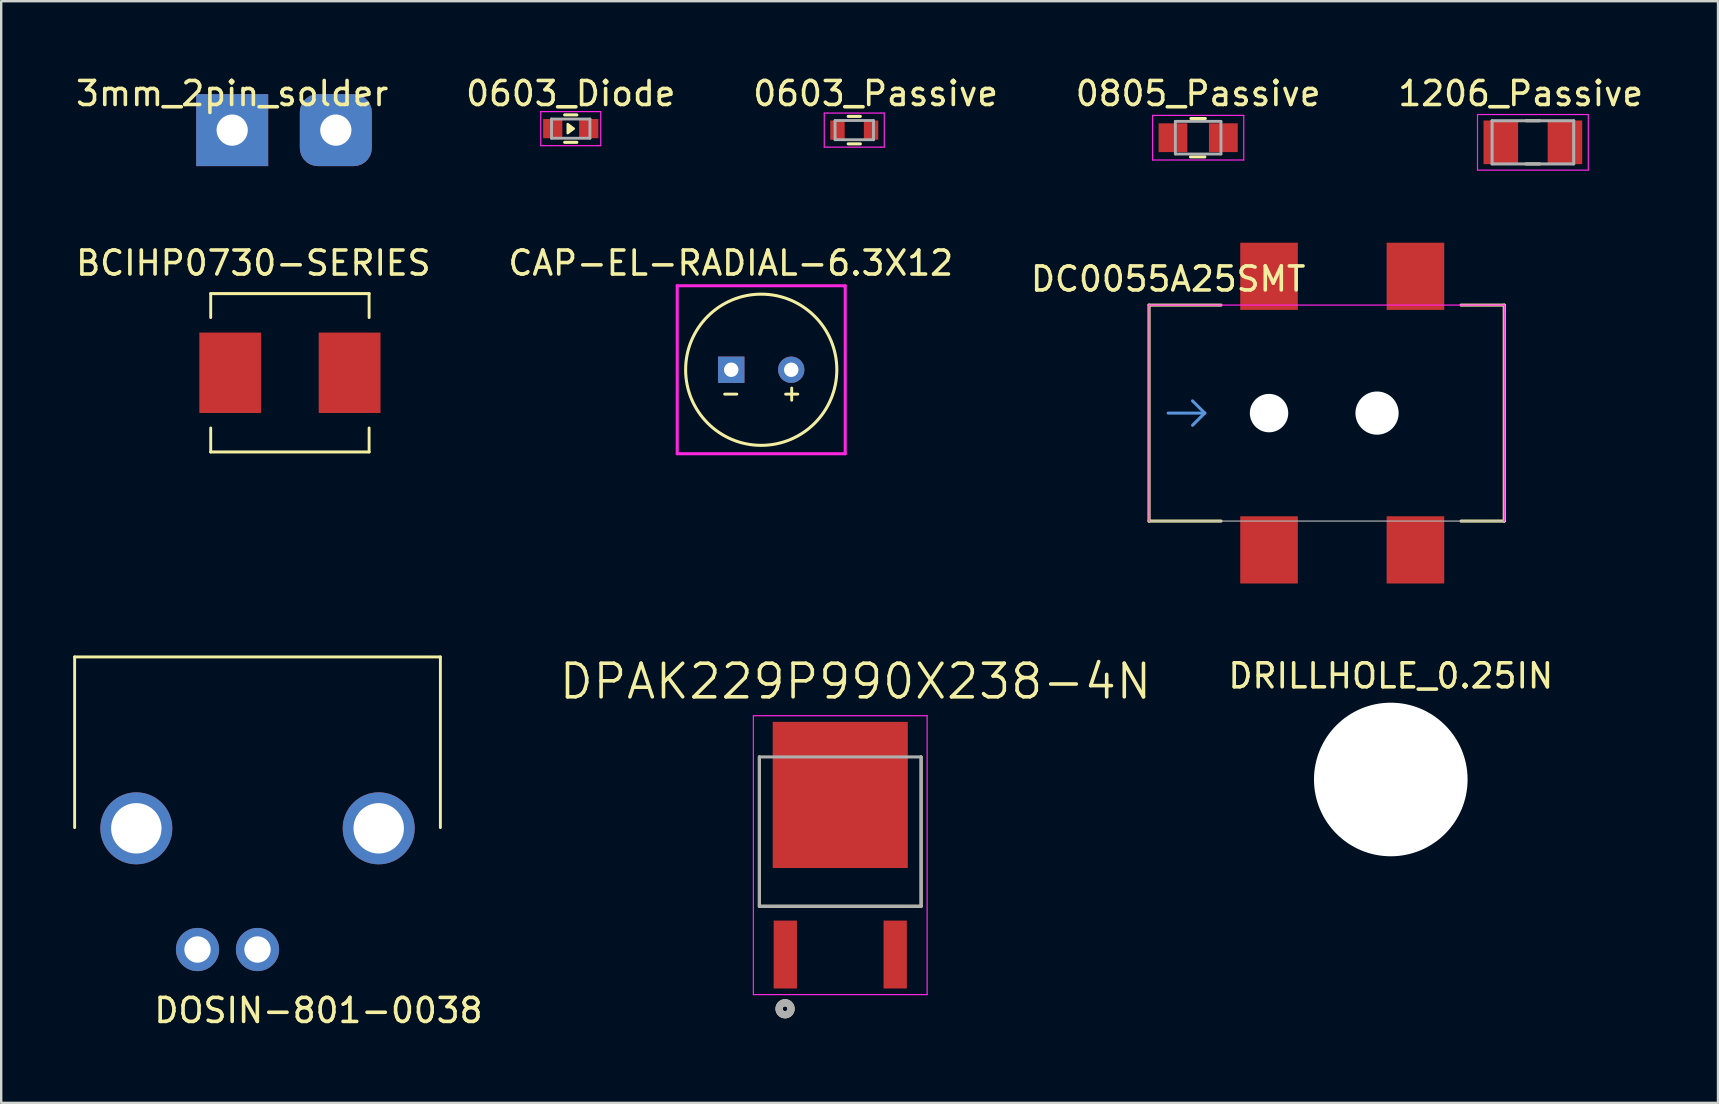
<source format=kicad_pcb>
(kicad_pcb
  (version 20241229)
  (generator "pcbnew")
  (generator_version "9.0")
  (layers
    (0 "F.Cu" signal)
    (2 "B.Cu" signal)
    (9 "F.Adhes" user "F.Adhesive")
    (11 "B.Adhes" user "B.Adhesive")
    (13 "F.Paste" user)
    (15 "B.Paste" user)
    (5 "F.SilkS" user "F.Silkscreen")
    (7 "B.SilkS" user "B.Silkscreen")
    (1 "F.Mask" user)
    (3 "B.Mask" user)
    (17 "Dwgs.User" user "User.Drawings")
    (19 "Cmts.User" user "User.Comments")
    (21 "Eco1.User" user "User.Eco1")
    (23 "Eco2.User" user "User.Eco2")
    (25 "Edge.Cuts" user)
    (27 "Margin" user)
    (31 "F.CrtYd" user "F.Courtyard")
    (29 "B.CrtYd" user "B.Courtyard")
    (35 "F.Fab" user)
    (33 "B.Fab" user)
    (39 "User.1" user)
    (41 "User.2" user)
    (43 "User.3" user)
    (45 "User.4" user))
  (footprint "DOSIN-801-0038"
    (layer "F.Cu")
    (at 7.68 36.515)
    (property "Reference" "DOSIN-801-0038" (at 2.54 2.54 180) (layer "F.SilkS") (effects (font (size 1 1) (thickness 0.15))))
    (attr through_hole)
    (fp_line (start -7.62 -12.192) (end -7.62 -5.08) (stroke (width 0.12) (type solid)) (layer "F.SilkS"))
    (fp_line (start 7.62 -12.192) (end -7.62 -12.192) (stroke (width 0.12) (type solid)) (layer "F.SilkS"))
    (fp_line (start 7.62 -5.08) (end 7.62 -12.192) (stroke (width 0.12) (type solid)) (layer "F.SilkS"))
    (pad "+" thru_hole circle (at 0 0) (size 1.8 1.8) (drill 1.1) (layers "*.Cu" "*.Mask"))
    (pad "-" thru_hole circle (at -2.5 0) (size 1.8 1.8) (drill 1.1) (layers "*.Cu" "*.Mask"))
    (pad "SH" thru_hole circle (at -5.05 -5.05) (size 3 3) (drill 2.1) (layers "*.Cu" "*.Mask"))
    (pad "SH" thru_hole circle (at 5.05 -5.05) (size 3 3) (drill 2.1) (layers "*.Cu" "*.Mask")))
  (footprint "BCIHP0730-SERIES"
    (layer "F.Cu")
    (at 9.03 12.483)
    (property "Reference" "BCIHP0730-SERIES" (at -1.524 -4.572 0) (layer "F.SilkS") (effects (font (size 1 1) (thickness 0.15))))
    (attr smd)
    (fp_line (start -3.3 -3.3) (end -3.3 -2.3) (stroke (width 0.12) (type solid)) (layer "F.SilkS"))
    (fp_line (start -3.3 -3.3) (end 3.3 -3.3) (stroke (width 0.127) (type solid)) (layer "F.SilkS"))
    (fp_line (start -3.3 3.3) (end -3.3 2.3) (stroke (width 0.12) (type solid)) (layer "F.SilkS"))
    (fp_line (start -3.3 3.3) (end 3.3 3.3) (stroke (width 0.127) (type solid)) (layer "F.SilkS"))
    (fp_line (start 3.3 -3.3) (end 3.3 -2.3) (stroke (width 0.12) (type solid)) (layer "F.SilkS"))
    (fp_line (start 3.3 3.3) (end 3.3 2.3) (stroke (width 0.12) (type solid)) (layer "F.SilkS"))
    (pad "1" smd rect (at -2.487 0) (size 2.575 3.35) (layers "F.Cu" "F.Mask" "F.Paste"))
    (pad "2" smd rect (at 2.487 0) (size 2.575 3.35) (layers "F.Cu" "F.Mask" "F.Paste")))
  (footprint "1206_Passive"
    (layer "F.Cu")
    (at 60.823 2.88)
    (property "Reference" "1206_Passive" (at -0.508 -2.032 0) (layer "F.SilkS") (effects (font (size 1 1) (thickness 0.15))))
    (attr through_hole)
    (fp_line (start -0.29 -0.9) (end 0.29 -0.9) (stroke (width 0.127) (type solid)) (layer "F.SilkS"))
    (fp_line (start -0.29 0.9) (end 0.29 0.9) (stroke (width 0.127) (type solid)) (layer "F.SilkS"))
    (fp_line (start -2.308 -1.158) (end 2.308 -1.158) (stroke (width 0.05) (type solid)) (layer "F.CrtYd"))
    (fp_line (start -2.308 1.158) (end -2.308 -1.158) (stroke (width 0.05) (type solid)) (layer "F.CrtYd"))
    (fp_line (start -2.308 1.158) (end 2.308 1.158) (stroke (width 0.05) (type solid)) (layer "F.CrtYd"))
    (fp_line (start 2.308 1.158) (end 2.308 -1.158) (stroke (width 0.05) (type solid)) (layer "F.CrtYd"))
    (fp_line (start -1.7 0.9) (end -1.7 -0.9) (stroke (width 0.127) (type solid)) (layer "F.Fab"))
    (fp_line (start 1.7 -0.9) (end -1.7 -0.9) (stroke (width 0.127) (type solid)) (layer "F.Fab"))
    (fp_line (start 1.7 0.9) (end -1.7 0.9) (stroke (width 0.127) (type solid)) (layer "F.Fab"))
    (fp_line (start 1.7 0.9) (end 1.7 -0.9) (stroke (width 0.127) (type solid)) (layer "F.Fab"))
    (pad "1" smd rect (at -1.336 0) (size 1.44 1.82) (layers "F.Cu" "F.Mask" "F.Paste"))
    (pad "2" smd rect (at 1.336 0) (size 1.44 1.82) (layers "F.Cu" "F.Mask" "F.Paste")))
  (footprint "DC0055A25SMT"
    (layer "F.Cu")
    (at 52.229 14.163)
    (property "Reference" "DC0055A25SMT" (at -6.604 -5.588 0) (layer "F.SilkS") (effects (font (size 1 1) (thickness 0.15))))
    (attr through_hole)
    (fp_line (start -7.4 -4.5) (end -7.4 4.5) (stroke (width 0.127) (type solid)) (layer "F.SilkS"))
    (fp_line (start -7.4 4.5) (end -4.4 4.5) (stroke (width 0.127) (type solid)) (layer "F.SilkS"))
    (fp_line (start -4.4 -4.5) (end -7.4 -4.5) (stroke (width 0.127) (type solid)) (layer "F.SilkS"))
    (fp_line (start 5.6 4.5) (end 7.4 4.5) (stroke (width 0.127) (type solid)) (layer "F.SilkS"))
    (fp_line (start 7.4 -4.5) (end 5.6 -4.5) (stroke (width 0.127) (type solid)) (layer "F.SilkS"))
    (fp_line (start 7.4 4.5) (end 7.4 -4.5) (stroke (width 0.127) (type solid)) (layer "F.SilkS"))
    (fp_line (start -6.604 0) (end -5.08 0) (stroke (width 0.127) (type solid)) (layer "Cmts.User"))
    (fp_line (start -5.08 0) (end -5.588 -0.508) (stroke (width 0.127) (type solid)) (layer "Cmts.User"))
    (fp_line (start -5.08 0) (end -5.588 0.508) (stroke (width 0.127) (type solid)) (layer "Cmts.User"))
    (fp_line (start -7.4 -4.5) (end 7.4 -4.5) (stroke (width 0.05) (type solid)) (layer "F.CrtYd"))
    (fp_line (start -7.4 4.5) (end -7.4 -4.5) (stroke (width 0.05) (type solid)) (layer "F.CrtYd"))
    (fp_line (start 7.4 -4.5) (end 7.4 4.5) (stroke (width 0.05) (type solid)) (layer "F.CrtYd"))
    (fp_line (start 7.4 4.5) (end -7.4 4.5) (stroke (width 0.05) (type solid)) (layer "F.Fab"))
    (pad "" np_thru_hole circle (at -2.4 0) (size 1.6 1.6) (drill 1.6) (layers "*.Cu" "*.Mask"))
    (pad "" np_thru_hole circle (at 2.1 0) (size 1.8 1.8) (drill 1.8) (layers "*.Cu" "*.Mask"))
    (pad "1" smd rect (at -2.4 -5.7) (size 2.4 2.8) (layers "F.Cu" "F.Mask" "F.Paste"))
    (pad "1" smd rect (at 3.7 -5.7) (size 2.4 2.8) (layers "F.Cu" "F.Mask" "F.Paste"))
    (pad "2" smd rect (at -2.4 5.7) (size 2.4 2.8) (layers "F.Cu" "F.Mask" "F.Paste"))
    (pad "3" smd rect (at 3.7 5.7) (size 2.4 2.8) (layers "F.Cu" "F.Mask" "F.Paste")))
  (footprint "CAP-EL-RADIAL-6.3X12"
    (layer "F.Cu")
    (at 28.669 12.357)
    (property "Reference" "CAP-EL-RADIAL-6.3X12" (at -1.27 -4.445 0) (layer "F.SilkS") (effects (font (size 1 1) (thickness 0.15))))
    (attr smd)
    (fp_line (start -1.524 1.016) (end -1.016 1.016) (stroke (width 0.12) (type solid)) (layer "F.SilkS"))
    (fp_line (start 1.016 1.016) (end 1.524 1.016) (stroke (width 0.12) (type solid)) (layer "F.SilkS"))
    (fp_line (start 1.27 0.762) (end 1.27 1.27) (stroke (width 0.12) (type solid)) (layer "F.SilkS"))
    (fp_circle (center 0 0) (end 3.15 0) (stroke (width 0.127) (type solid)) (fill no) (layer "F.SilkS"))
    (fp_line (start -3.5 -3.5) (end -3.5 3.5) (stroke (width 0.127) (type solid)) (layer "F.CrtYd"))
    (fp_line (start -3.5 3.5) (end 3.5 3.5) (stroke (width 0.127) (type solid)) (layer "F.CrtYd"))
    (fp_line (start 3.5 -3.5) (end -3.5 -3.5) (stroke (width 0.127) (type solid)) (layer "F.CrtYd"))
    (fp_line (start 3.5 3.5) (end 3.5 -3.5) (stroke (width 0.127) (type solid)) (layer "F.CrtYd"))
    (pad "+" thru_hole circle (at 1.25 0) (size 1.1 1.1) (drill 0.6) (layers "*.Cu" "*.Mask"))
    (pad "-" thru_hole rect (at -1.25 0) (size 1.1 1.1) (drill 0.6) (layers "*.Cu" "*.Mask")))
  (footprint "DRILLHOLE_0.25IN"
    (layer "F.Cu")
    (at 54.902 29.43)
    (property "Reference" "DRILLHOLE_0.25IN" (at 0 -4.318 0) (layer "F.SilkS") (effects (font (size 1 1) (thickness 0.15))))
    (attr through_hole)
    (pad "" np_thru_hole circle (at 0 0) (size 6.4 6.4) (drill 6.4) (layers "*.Cu" "*.Mask")))
  (footprint "3mm_2pin_solder"
    (layer "F.Cu")
    (at 6.625 2.372)
    (property "Reference" "3mm_2pin_solder" (at 0 -1.524 0) (layer "F.SilkS") (effects (font (size 1 1) (thickness 0.15))))
    (attr through_hole)
    (pad "1" thru_hole rect (at 0 0) (size 3 3) (drill 1.3) (layers "*.Cu" "*.Mask"))
    (pad "2" thru_hole roundrect (at 4.318 0) (size 3 3) (drill 1.3) (layers "*.Cu" "*.Mask") (roundrect_rratio 0.25)))
  (footprint "0805_Passive"
    (layer "F.Cu")
    (at 46.875 2.688)
    (property "Reference" "0805_Passive" (at 0 -1.84 0) (layer "F.SilkS") (effects (font (size 1 1) (thickness 0.15))))
    (attr smd)
    (fp_line (start -0.32 0.8) (end 0.28 0.8) (stroke (width 0.127) (type solid)) (layer "F.SilkS"))
    (fp_line (start -0.3 -0.8) (end 0.3 -0.8) (stroke (width 0.127) (type solid)) (layer "F.SilkS"))
    (fp_line (start -1.9 -0.93) (end 1.9 -0.93) (stroke (width 0.05) (type solid)) (layer "F.CrtYd"))
    (fp_line (start -1.9 0.93) (end -1.9 -0.93) (stroke (width 0.05) (type solid)) (layer "F.CrtYd"))
    (fp_line (start -1.9 0.93) (end 1.9 0.93) (stroke (width 0.05) (type solid)) (layer "F.CrtYd"))
    (fp_line (start 1.9 0.93) (end 1.9 -0.93) (stroke (width 0.05) (type solid)) (layer "F.CrtYd"))
    (fp_line (start -0.95 -0.68) (end 0.95 -0.68) (stroke (width 0.12) (type solid)) (layer "F.Fab"))
    (fp_line (start -0.95 -0.675) (end -0.95 0.675) (stroke (width 0.12) (type solid)) (layer "F.Fab"))
    (fp_line (start -0.95 0.68) (end 0.95 0.68) (stroke (width 0.12) (type solid)) (layer "F.Fab"))
    (fp_line (start 0.95 -0.675) (end 0.95 0.675) (stroke (width 0.12) (type solid)) (layer "F.Fab"))
    (pad "1" smd rect (at -1.05 0) (size 1.2 1.2) (layers "F.Cu" "F.Mask" "F.Paste"))
    (pad "2" smd rect (at 1.05 0) (size 1.2 1.2) (layers "F.Cu" "F.Mask" "F.Paste")))
  (footprint "0603_Diode"
    (layer "F.Cu")
    (at 20.732 2.309)
    (property "Reference" "0603_Diode" (at 0 -1.46 0) (layer "F.SilkS") (effects (font (size 1 1) (thickness 0.15))))
    (attr smd)
    (fp_line (start -0.254 -0.572) (end 0.254 -0.572) (stroke (width 0.127) (type solid)) (layer "F.SilkS"))
    (fp_line (start 0.254 0.572) (end -0.254 0.572) (stroke (width 0.127) (type solid)) (layer "F.SilkS"))
    (fp_poly (pts (xy 0.127 0) (xy -0.127 0.191) (xy -0.127 -0.191)) (stroke (width 0.1) (type solid)) (fill yes) (layer "F.SilkS"))
    (fp_line (start -1.25 0.71) (end -1.25 -0.71) (stroke (width 0.05) (type solid)) (layer "F.CrtYd"))
    (fp_line (start -1.11 -0.71) (end -1.25 -0.71) (stroke (width 0.05) (type solid)) (layer "F.CrtYd"))
    (fp_line (start -1.11 -0.71) (end 1.11 -0.71) (stroke (width 0.05) (type solid)) (layer "F.CrtYd"))
    (fp_line (start -1.11 0.71) (end -1.25 0.71) (stroke (width 0.05) (type solid)) (layer "F.CrtYd"))
    (fp_line (start 1.11 -0.71) (end 1.25 -0.71) (stroke (width 0.05) (type solid)) (layer "F.CrtYd"))
    (fp_line (start 1.11 0.71) (end -1.11 0.71) (stroke (width 0.05) (type solid)) (layer "F.CrtYd"))
    (fp_line (start 1.11 0.71) (end 1.25 0.71) (stroke (width 0.05) (type solid)) (layer "F.CrtYd"))
    (fp_line (start 1.25 -0.71) (end 1.25 0.71) (stroke (width 0.05) (type solid)) (layer "F.CrtYd"))
    (fp_line (start -0.8 -0.4) (end -0.8 0.4) (stroke (width 0.12) (type solid)) (layer "F.Fab"))
    (fp_line (start -0.8 0.4) (end 0.8 0.4) (stroke (width 0.12) (type solid)) (layer "F.Fab"))
    (fp_line (start 0.8 -0.4) (end -0.8 -0.4) (stroke (width 0.12) (type solid)) (layer "F.Fab"))
    (fp_line (start 0.8 0.4) (end 0.8 -0.4) (stroke (width 0.12) (type solid)) (layer "F.Fab"))
    (pad "1" smd rect (at -0.75 0) (size 0.8 0.8) (layers "F.Cu" "F.Mask" "F.Paste"))
    (pad "2" smd rect (at 0.75 0) (size 0.8 0.8) (layers "F.Cu" "F.Mask" "F.Paste")))
  (footprint "0603_Passive"
    (layer "F.Cu")
    (at 32.546 2.372)
    (property "Reference" "0603_Passive" (at 0.889 -1.524 0) (layer "F.SilkS") (effects (font (size 1 1) (thickness 0.15))))
    (attr smd)
    (fp_line (start -0.254 -0.572) (end 0.254 -0.572) (stroke (width 0.127) (type solid)) (layer "F.SilkS"))
    (fp_line (start -0.254 0.572) (end 0.254 0.572) (stroke (width 0.127) (type solid)) (layer "F.SilkS"))
    (fp_line (start -1.25 0.71) (end -1.25 -0.71) (stroke (width 0.05) (type solid)) (layer "F.CrtYd"))
    (fp_line (start -1.11 -0.71) (end -1.25 -0.71) (stroke (width 0.05) (type solid)) (layer "F.CrtYd"))
    (fp_line (start -1.11 -0.71) (end 1.11 -0.71) (stroke (width 0.05) (type solid)) (layer "F.CrtYd"))
    (fp_line (start -1.11 0.71) (end -1.25 0.71) (stroke (width 0.05) (type solid)) (layer "F.CrtYd"))
    (fp_line (start 1.11 -0.71) (end 1.25 -0.71) (stroke (width 0.05) (type solid)) (layer "F.CrtYd"))
    (fp_line (start 1.11 0.71) (end -1.11 0.71) (stroke (width 0.05) (type solid)) (layer "F.CrtYd"))
    (fp_line (start 1.11 0.71) (end 1.25 0.71) (stroke (width 0.05) (type solid)) (layer "F.CrtYd"))
    (fp_line (start 1.25 -0.71) (end 1.25 0.71) (stroke (width 0.05) (type solid)) (layer "F.CrtYd"))
    (fp_line (start -0.8 -0.4) (end -0.8 0.4) (stroke (width 0.12) (type solid)) (layer "F.Fab"))
    (fp_line (start -0.8 0.4) (end 0.8 0.4) (stroke (width 0.12) (type solid)) (layer "F.Fab"))
    (fp_line (start 0.8 -0.4) (end -0.8 -0.4) (stroke (width 0.12) (type solid)) (layer "F.Fab"))
    (fp_line (start 0.8 0.4) (end 0.8 -0.4) (stroke (width 0.12) (type solid)) (layer "F.Fab"))
    (pad "1" smd rect (at -0.7 0) (size 0.6 0.8) (layers "F.Cu" "F.Mask" "F.Paste"))
    (pad "2" smd rect (at 0.7 0) (size 0.6 0.8) (layers "F.Cu" "F.Mask" "F.Paste")))
  (footprint "DPAK229P990X238-4N"
    (layer "F.Cu")
    (at 31.962 32.584)
    (property "Reference" "DPAK229P990X238-4N" (at 0.635 -7.239 0) (layer "F.SilkS") (effects (font (size 1.4 1.4) (thickness 0.15))))
    (attr through_hole)
    (fp_line (start -3.37 2.128) (end -3.37 -4.093) (stroke (width 0.127) (type solid)) (layer "F.SilkS"))
    (fp_line (start 3.37 -4.093) (end 3.37 2.128) (stroke (width 0.127) (type solid)) (layer "F.SilkS"))
    (fp_line (start 3.37 2.128) (end -3.37 2.128) (stroke (width 0.127) (type solid)) (layer "F.SilkS"))
    (fp_circle (center -2.3 6.4) (end -2.2 6.4) (stroke (width 0.3) (type solid)) (fill no) (layer "F.SilkS"))
    (fp_poly (pts (xy -2.535 -5.27) (xy -1.225 -5.27) (xy -1.225 -3.81) (xy -2.535 -3.81)) (stroke (width 0.01) (type solid)) (fill yes) (layer "F.Paste"))
    (fp_poly (pts (xy -2.535 -3.24) (xy -1.225 -3.24) (xy -1.225 -1.78) (xy -2.535 -1.78)) (stroke (width 0.01) (type solid)) (fill yes) (layer "F.Paste"))
    (fp_poly (pts (xy -2.535 -1.21) (xy -1.225 -1.21) (xy -1.225 0.25) (xy -2.535 0.25)) (stroke (width 0.01) (type solid)) (fill yes) (layer "F.Paste"))
    (fp_poly (pts (xy -0.655 -5.27) (xy 0.655 -5.27) (xy 0.655 -3.81) (xy -0.655 -3.81)) (stroke (width 0.01) (type solid)) (fill yes) (layer "F.Paste"))
    (fp_poly (pts (xy -0.655 -3.24) (xy 0.655 -3.24) (xy 0.655 -1.78) (xy -0.655 -1.78)) (stroke (width 0.01) (type solid)) (fill yes) (layer "F.Paste"))
    (fp_poly (pts (xy -0.655 -1.21) (xy 0.655 -1.21) (xy 0.655 0.25) (xy -0.655 0.25)) (stroke (width 0.01) (type solid)) (fill yes) (layer "F.Paste"))
    (fp_poly (pts (xy 1.225 -5.27) (xy 2.535 -5.27) (xy 2.535 -3.81) (xy 1.225 -3.81)) (stroke (width 0.01) (type solid)) (fill yes) (layer "F.Paste"))
    (fp_poly (pts (xy 1.225 -3.24) (xy 2.535 -3.24) (xy 2.535 -1.78) (xy 1.225 -1.78)) (stroke (width 0.01) (type solid)) (fill yes) (layer "F.Paste"))
    (fp_poly (pts (xy 1.225 -1.21) (xy 2.535 -1.21) (xy 2.535 0.25) (xy 1.225 0.25)) (stroke (width 0.01) (type solid)) (fill yes) (layer "F.Paste"))
    (fp_line (start -3.62 -5.81) (end 3.62 -5.81) (stroke (width 0.05) (type solid)) (layer "F.CrtYd"))
    (fp_line (start -3.62 5.81) (end -3.62 -5.81) (stroke (width 0.05) (type solid)) (layer "F.CrtYd"))
    (fp_line (start 3.62 -5.81) (end 3.62 5.81) (stroke (width 0.05) (type solid)) (layer "F.CrtYd"))
    (fp_line (start 3.62 5.81) (end -3.62 5.81) (stroke (width 0.05) (type solid)) (layer "F.CrtYd"))
    (fp_line (start -3.37 -4.093) (end 3.37 -4.093) (stroke (width 0.127) (type solid)) (layer "F.Fab"))
    (fp_line (start -3.37 2.128) (end -3.37 -4.093) (stroke (width 0.127) (type solid)) (layer "F.Fab"))
    (fp_line (start 3.37 -4.093) (end 3.37 2.128) (stroke (width 0.127) (type solid)) (layer "F.Fab"))
    (fp_line (start 3.37 2.128) (end -3.37 2.128) (stroke (width 0.127) (type solid)) (layer "F.Fab"))
    (fp_circle (center -2.3 6.4) (end -2.2 6.4) (stroke (width 0.3) (type solid)) (fill no) (layer "F.Fab"))
    (pad "1" smd rect (at -2.29 4.14) (size 0.97 2.83) (layers "F.Cu" "F.Mask" "F.Paste"))
    (pad "3" smd rect (at 2.29 4.14) (size 0.97 2.83) (layers "F.Cu" "F.Mask" "F.Paste"))
    (pad "4" smd rect (at 0 -2.51) (size 5.63 6.09) (layers "F.Cu" "F.Mask")))
  (gr_rect
    (start -3 -3)
    (end 68.536 42.904)
    (stroke (width 0.1) (type default))
    (fill no)
    (layer "Edge.Cuts")))
</source>
